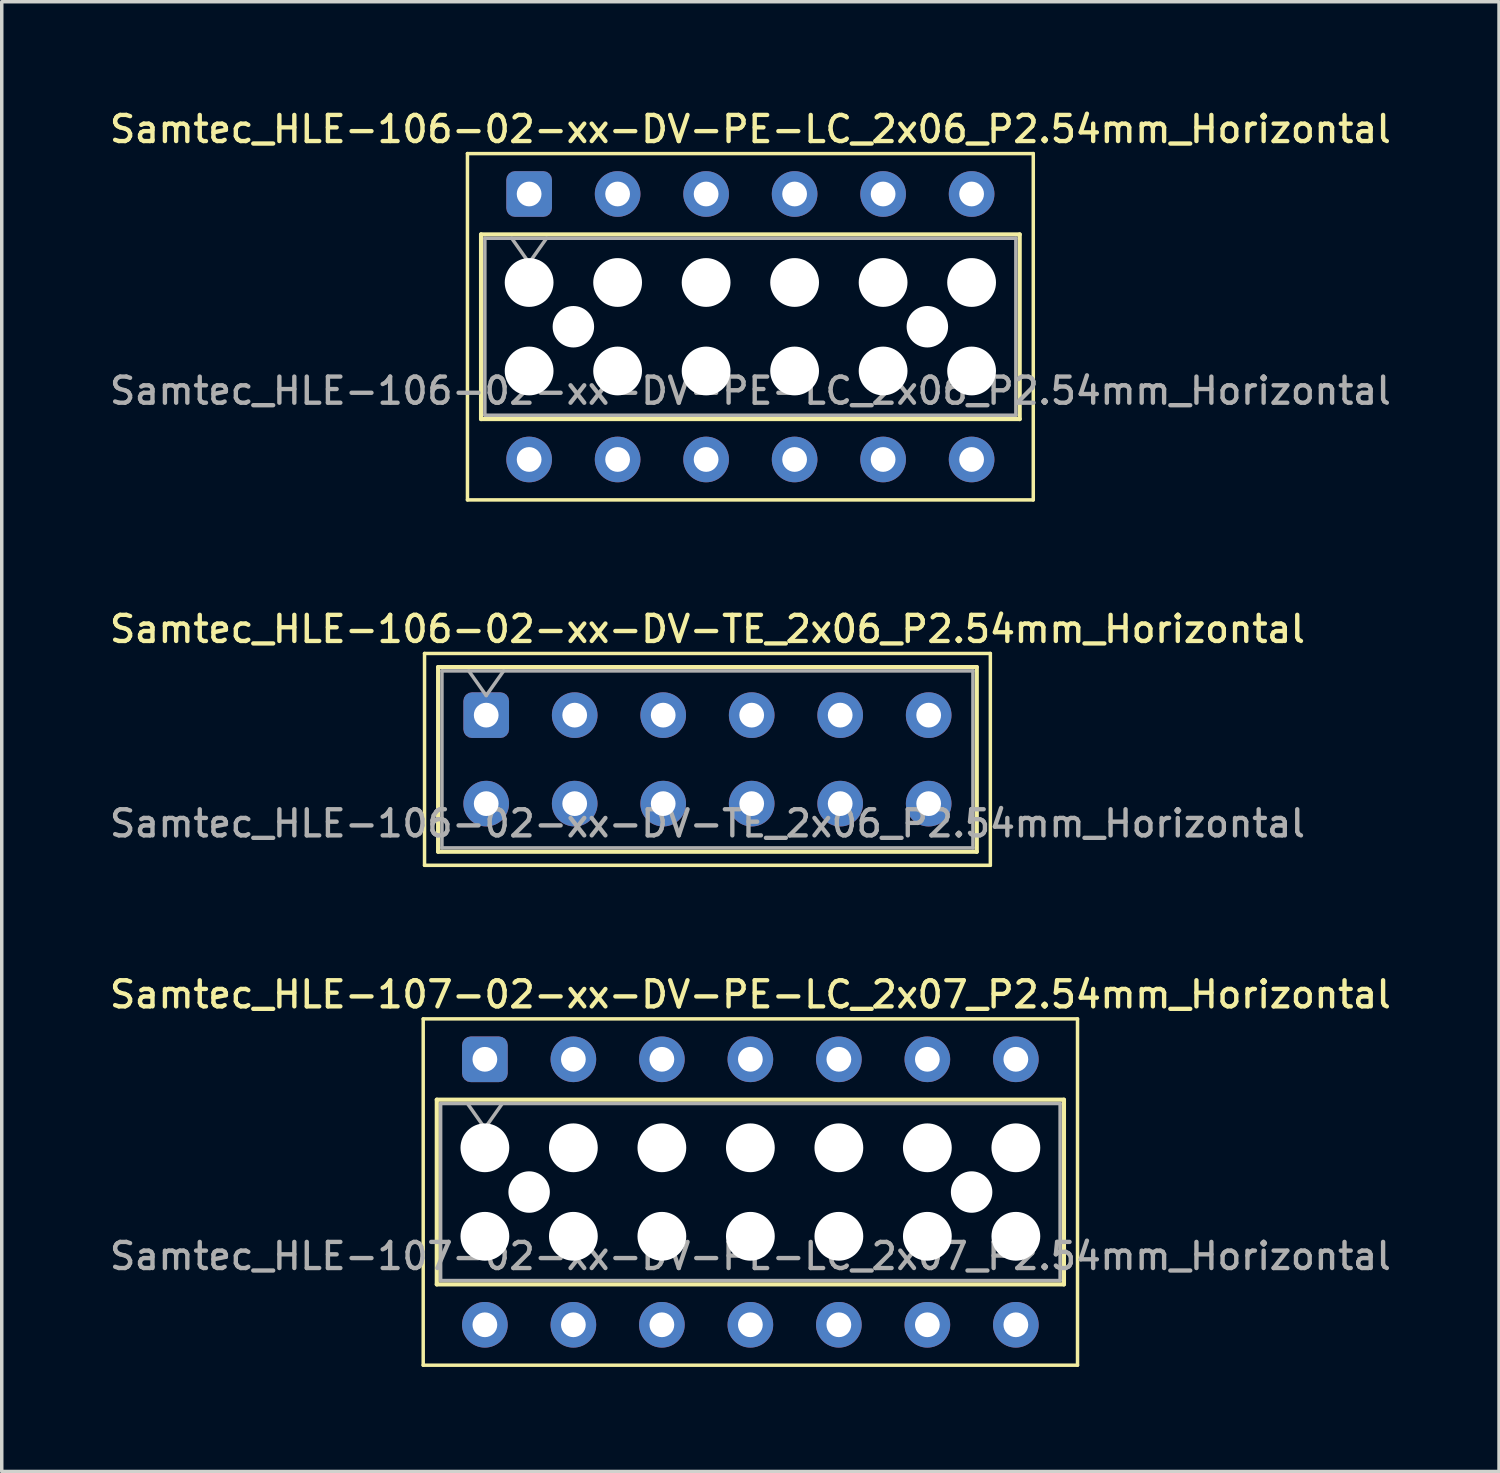
<source format=kicad_pcb>
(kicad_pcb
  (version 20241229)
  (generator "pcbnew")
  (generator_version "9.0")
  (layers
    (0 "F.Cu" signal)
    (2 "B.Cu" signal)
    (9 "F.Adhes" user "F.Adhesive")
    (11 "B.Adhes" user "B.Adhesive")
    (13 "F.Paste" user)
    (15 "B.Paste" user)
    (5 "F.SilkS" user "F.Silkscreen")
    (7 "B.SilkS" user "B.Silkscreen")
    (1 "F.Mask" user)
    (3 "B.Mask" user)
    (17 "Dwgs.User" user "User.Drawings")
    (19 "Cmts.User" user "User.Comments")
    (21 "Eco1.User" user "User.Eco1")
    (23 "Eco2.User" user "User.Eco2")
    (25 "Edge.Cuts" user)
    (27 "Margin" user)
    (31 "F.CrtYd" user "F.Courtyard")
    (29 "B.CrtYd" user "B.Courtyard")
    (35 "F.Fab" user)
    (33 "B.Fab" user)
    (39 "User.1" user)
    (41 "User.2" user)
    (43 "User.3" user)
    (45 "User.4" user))
  (footprint "Samtec_HLE-106-02-xx-DV-PE-LC_2x06_P2.54mm_Horizontal"
    (layer "F.Cu")
    (at 12.137 2.518)
    (property "Reference" "Samtec_HLE-106-02-xx-DV-PE-LC_2x06_P2.54mm_Horizontal" (at 6.35 -1.86 0) (layer "F.SilkS") (effects (font (size 0.75 0.75) (thickness 0.125))))
    (attr through_hole)
    (fp_line (start -1.77 -1.16) (end 14.47 -1.16) (stroke (width 0.1) (type solid)) (layer "F.SilkS"))
    (fp_line (start -1.77 8.78) (end -1.77 -1.16) (stroke (width 0.1) (type solid)) (layer "F.SilkS"))
    (fp_line (start -1.38 1.16) (end 14.08 1.16) (stroke (width 0.12) (type solid)) (layer "F.SilkS"))
    (fp_line (start -1.38 6.46) (end -1.38 1.16) (stroke (width 0.12) (type solid)) (layer "F.SilkS"))
    (fp_line (start 14.08 1.16) (end 14.08 6.46) (stroke (width 0.12) (type solid)) (layer "F.SilkS"))
    (fp_line (start 14.08 6.46) (end -1.38 6.46) (stroke (width 0.12) (type solid)) (layer "F.SilkS"))
    (fp_line (start 14.47 -1.16) (end 14.47 8.78) (stroke (width 0.1) (type solid)) (layer "F.SilkS"))
    (fp_line (start 14.47 8.78) (end -1.77 8.78) (stroke (width 0.1) (type solid)) (layer "F.SilkS"))
    (fp_line (start -1.27 1.27) (end 13.97 1.27) (stroke (width 0.1) (type solid)) (layer "F.Fab"))
    (fp_line (start -1.27 6.35) (end -1.27 1.27) (stroke (width 0.1) (type solid)) (layer "F.Fab"))
    (fp_line (start -0.5 1.27) (end 0 1.977) (stroke (width 0.1) (type solid)) (layer "F.Fab"))
    (fp_line (start 0 1.977) (end 0.5 1.27) (stroke (width 0.1) (type solid)) (layer "F.Fab"))
    (fp_line (start 13.97 1.27) (end 13.97 6.35) (stroke (width 0.1) (type solid)) (layer "F.Fab"))
    (fp_line (start 13.97 6.35) (end -1.27 6.35) (stroke (width 0.1) (type solid)) (layer "F.Fab"))
    (fp_text user "${REFERENCE}" (at 6.35 5.65 0) (layer "F.Fab") (effects (font (size 0.75 0.75) (thickness 0.125))))
    (pad "" np_thru_hole circle (at 0 2.54) (size 1.4 1.4) (drill 1.4) (layers "*.Cu" "*.Mask"))
    (pad "" np_thru_hole circle (at 0 5.08) (size 1.4 1.4) (drill 1.4) (layers "*.Cu" "*.Mask"))
    (pad "" np_thru_hole circle (at 1.27 3.81) (size 1.19 1.19) (drill 1.19) (layers "*.Cu" "*.Mask"))
    (pad "" np_thru_hole circle (at 2.54 2.54) (size 1.4 1.4) (drill 1.4) (layers "*.Cu" "*.Mask"))
    (pad "" np_thru_hole circle (at 2.54 5.08) (size 1.4 1.4) (drill 1.4) (layers "*.Cu" "*.Mask"))
    (pad "" np_thru_hole circle (at 5.08 2.54) (size 1.4 1.4) (drill 1.4) (layers "*.Cu" "*.Mask"))
    (pad "" np_thru_hole circle (at 5.08 5.08) (size 1.4 1.4) (drill 1.4) (layers "*.Cu" "*.Mask"))
    (pad "" np_thru_hole circle (at 7.62 2.54) (size 1.4 1.4) (drill 1.4) (layers "*.Cu" "*.Mask"))
    (pad "" np_thru_hole circle (at 7.62 5.08) (size 1.4 1.4) (drill 1.4) (layers "*.Cu" "*.Mask"))
    (pad "" np_thru_hole circle (at 10.16 2.54) (size 1.4 1.4) (drill 1.4) (layers "*.Cu" "*.Mask"))
    (pad "" np_thru_hole circle (at 10.16 5.08) (size 1.4 1.4) (drill 1.4) (layers "*.Cu" "*.Mask"))
    (pad "" np_thru_hole circle (at 11.43 3.81) (size 1.19 1.19) (drill 1.19) (layers "*.Cu" "*.Mask"))
    (pad "" np_thru_hole circle (at 12.7 2.54) (size 1.4 1.4) (drill 1.4) (layers "*.Cu" "*.Mask"))
    (pad "" np_thru_hole circle (at 12.7 5.08) (size 1.4 1.4) (drill 1.4) (layers "*.Cu" "*.Mask"))
    (pad "1" thru_hole roundrect (at 0 0) (size 1.31 1.31) (drill 0.71) (layers "*.Cu" "*.Mask") (roundrect_rratio 0.191))
    (pad "2" thru_hole circle (at 0 7.62) (size 1.31 1.31) (drill 0.71) (layers "*.Cu" "*.Mask"))
    (pad "3" thru_hole circle (at 2.54 0) (size 1.31 1.31) (drill 0.71) (layers "*.Cu" "*.Mask"))
    (pad "4" thru_hole circle (at 2.54 7.62) (size 1.31 1.31) (drill 0.71) (layers "*.Cu" "*.Mask"))
    (pad "5" thru_hole circle (at 5.08 0) (size 1.31 1.31) (drill 0.71) (layers "*.Cu" "*.Mask"))
    (pad "6" thru_hole circle (at 5.08 7.62) (size 1.31 1.31) (drill 0.71) (layers "*.Cu" "*.Mask"))
    (pad "7" thru_hole circle (at 7.62 0) (size 1.31 1.31) (drill 0.71) (layers "*.Cu" "*.Mask"))
    (pad "8" thru_hole circle (at 7.62 7.62) (size 1.31 1.31) (drill 0.71) (layers "*.Cu" "*.Mask"))
    (pad "9" thru_hole circle (at 10.16 0) (size 1.31 1.31) (drill 0.71) (layers "*.Cu" "*.Mask"))
    (pad "10" thru_hole circle (at 10.16 7.62) (size 1.31 1.31) (drill 0.71) (layers "*.Cu" "*.Mask"))
    (pad "11" thru_hole circle (at 12.7 0) (size 1.31 1.31) (drill 0.71) (layers "*.Cu" "*.Mask"))
    (pad "12" thru_hole circle (at 12.7 7.62) (size 1.31 1.31) (drill 0.71) (layers "*.Cu" "*.Mask")))
  (footprint "Samtec_HLE-107-02-xx-DV-PE-LC_2x07_P2.54mm_Horizontal"
    (layer "F.Cu")
    (at 10.867 27.354)
    (property "Reference" "Samtec_HLE-107-02-xx-DV-PE-LC_2x07_P2.54mm_Horizontal" (at 7.62 -1.86 0) (layer "F.SilkS") (effects (font (size 0.75 0.75) (thickness 0.125))))
    (attr through_hole)
    (fp_line (start -1.77 -1.16) (end 17.01 -1.16) (stroke (width 0.1) (type solid)) (layer "F.SilkS"))
    (fp_line (start -1.77 8.78) (end -1.77 -1.16) (stroke (width 0.1) (type solid)) (layer "F.SilkS"))
    (fp_line (start -1.38 1.16) (end 16.62 1.16) (stroke (width 0.12) (type solid)) (layer "F.SilkS"))
    (fp_line (start -1.38 6.46) (end -1.38 1.16) (stroke (width 0.12) (type solid)) (layer "F.SilkS"))
    (fp_line (start 16.62 1.16) (end 16.62 6.46) (stroke (width 0.12) (type solid)) (layer "F.SilkS"))
    (fp_line (start 16.62 6.46) (end -1.38 6.46) (stroke (width 0.12) (type solid)) (layer "F.SilkS"))
    (fp_line (start 17.01 -1.16) (end 17.01 8.78) (stroke (width 0.1) (type solid)) (layer "F.SilkS"))
    (fp_line (start 17.01 8.78) (end -1.77 8.78) (stroke (width 0.1) (type solid)) (layer "F.SilkS"))
    (fp_line (start -1.27 1.27) (end 16.51 1.27) (stroke (width 0.1) (type solid)) (layer "F.Fab"))
    (fp_line (start -1.27 6.35) (end -1.27 1.27) (stroke (width 0.1) (type solid)) (layer "F.Fab"))
    (fp_line (start -0.5 1.27) (end 0 1.977) (stroke (width 0.1) (type solid)) (layer "F.Fab"))
    (fp_line (start 0 1.977) (end 0.5 1.27) (stroke (width 0.1) (type solid)) (layer "F.Fab"))
    (fp_line (start 16.51 1.27) (end 16.51 6.35) (stroke (width 0.1) (type solid)) (layer "F.Fab"))
    (fp_line (start 16.51 6.35) (end -1.27 6.35) (stroke (width 0.1) (type solid)) (layer "F.Fab"))
    (fp_text user "${REFERENCE}" (at 7.62 5.65 0) (layer "F.Fab") (effects (font (size 0.75 0.75) (thickness 0.125))))
    (pad "" np_thru_hole circle (at 0 2.54) (size 1.4 1.4) (drill 1.4) (layers "*.Cu" "*.Mask"))
    (pad "" np_thru_hole circle (at 0 5.08) (size 1.4 1.4) (drill 1.4) (layers "*.Cu" "*.Mask"))
    (pad "" np_thru_hole circle (at 1.27 3.81) (size 1.19 1.19) (drill 1.19) (layers "*.Cu" "*.Mask"))
    (pad "" np_thru_hole circle (at 2.54 2.54) (size 1.4 1.4) (drill 1.4) (layers "*.Cu" "*.Mask"))
    (pad "" np_thru_hole circle (at 2.54 5.08) (size 1.4 1.4) (drill 1.4) (layers "*.Cu" "*.Mask"))
    (pad "" np_thru_hole circle (at 5.08 2.54) (size 1.4 1.4) (drill 1.4) (layers "*.Cu" "*.Mask"))
    (pad "" np_thru_hole circle (at 5.08 5.08) (size 1.4 1.4) (drill 1.4) (layers "*.Cu" "*.Mask"))
    (pad "" np_thru_hole circle (at 7.62 2.54) (size 1.4 1.4) (drill 1.4) (layers "*.Cu" "*.Mask"))
    (pad "" np_thru_hole circle (at 7.62 5.08) (size 1.4 1.4) (drill 1.4) (layers "*.Cu" "*.Mask"))
    (pad "" np_thru_hole circle (at 10.16 2.54) (size 1.4 1.4) (drill 1.4) (layers "*.Cu" "*.Mask"))
    (pad "" np_thru_hole circle (at 10.16 5.08) (size 1.4 1.4) (drill 1.4) (layers "*.Cu" "*.Mask"))
    (pad "" np_thru_hole circle (at 12.7 2.54) (size 1.4 1.4) (drill 1.4) (layers "*.Cu" "*.Mask"))
    (pad "" np_thru_hole circle (at 12.7 5.08) (size 1.4 1.4) (drill 1.4) (layers "*.Cu" "*.Mask"))
    (pad "" np_thru_hole circle (at 13.97 3.81) (size 1.19 1.19) (drill 1.19) (layers "*.Cu" "*.Mask"))
    (pad "" np_thru_hole circle (at 15.24 2.54) (size 1.4 1.4) (drill 1.4) (layers "*.Cu" "*.Mask"))
    (pad "" np_thru_hole circle (at 15.24 5.08) (size 1.4 1.4) (drill 1.4) (layers "*.Cu" "*.Mask"))
    (pad "1" thru_hole roundrect (at 0 0) (size 1.31 1.31) (drill 0.71) (layers "*.Cu" "*.Mask") (roundrect_rratio 0.191))
    (pad "2" thru_hole circle (at 0 7.62) (size 1.31 1.31) (drill 0.71) (layers "*.Cu" "*.Mask"))
    (pad "3" thru_hole circle (at 2.54 0) (size 1.31 1.31) (drill 0.71) (layers "*.Cu" "*.Mask"))
    (pad "4" thru_hole circle (at 2.54 7.62) (size 1.31 1.31) (drill 0.71) (layers "*.Cu" "*.Mask"))
    (pad "5" thru_hole circle (at 5.08 0) (size 1.31 1.31) (drill 0.71) (layers "*.Cu" "*.Mask"))
    (pad "6" thru_hole circle (at 5.08 7.62) (size 1.31 1.31) (drill 0.71) (layers "*.Cu" "*.Mask"))
    (pad "7" thru_hole circle (at 7.62 0) (size 1.31 1.31) (drill 0.71) (layers "*.Cu" "*.Mask"))
    (pad "8" thru_hole circle (at 7.62 7.62) (size 1.31 1.31) (drill 0.71) (layers "*.Cu" "*.Mask"))
    (pad "9" thru_hole circle (at 10.16 0) (size 1.31 1.31) (drill 0.71) (layers "*.Cu" "*.Mask"))
    (pad "10" thru_hole circle (at 10.16 7.62) (size 1.31 1.31) (drill 0.71) (layers "*.Cu" "*.Mask"))
    (pad "11" thru_hole circle (at 12.7 0) (size 1.31 1.31) (drill 0.71) (layers "*.Cu" "*.Mask"))
    (pad "12" thru_hole circle (at 12.7 7.62) (size 1.31 1.31) (drill 0.71) (layers "*.Cu" "*.Mask"))
    (pad "13" thru_hole circle (at 15.24 0) (size 1.31 1.31) (drill 0.71) (layers "*.Cu" "*.Mask"))
    (pad "14" thru_hole circle (at 15.24 7.62) (size 1.31 1.31) (drill 0.71) (layers "*.Cu" "*.Mask")))
  (footprint "Samtec_HLE-106-02-xx-DV-TE_2x06_P2.54mm_Horizontal"
    (layer "F.Cu")
    (at 10.905 17.476)
    (property "Reference" "Samtec_HLE-106-02-xx-DV-TE_2x06_P2.54mm_Horizontal" (at 6.35 -2.47 0) (layer "F.SilkS") (effects (font (size 0.75 0.75) (thickness 0.125))))
    (attr through_hole)
    (fp_line (start -1.77 -1.77) (end 14.47 -1.77) (stroke (width 0.1) (type solid)) (layer "F.SilkS"))
    (fp_line (start -1.77 4.31) (end -1.77 -1.77) (stroke (width 0.1) (type solid)) (layer "F.SilkS"))
    (fp_line (start -1.38 -1.38) (end 14.08 -1.38) (stroke (width 0.12) (type solid)) (layer "F.SilkS"))
    (fp_line (start -1.38 3.92) (end -1.38 -1.38) (stroke (width 0.12) (type solid)) (layer "F.SilkS"))
    (fp_line (start 14.08 -1.38) (end 14.08 3.92) (stroke (width 0.12) (type solid)) (layer "F.SilkS"))
    (fp_line (start 14.08 3.92) (end -1.38 3.92) (stroke (width 0.12) (type solid)) (layer "F.SilkS"))
    (fp_line (start 14.47 -1.77) (end 14.47 4.31) (stroke (width 0.1) (type solid)) (layer "F.SilkS"))
    (fp_line (start 14.47 4.31) (end -1.77 4.31) (stroke (width 0.1) (type solid)) (layer "F.SilkS"))
    (fp_line (start -1.27 -1.27) (end 13.97 -1.27) (stroke (width 0.1) (type solid)) (layer "F.Fab"))
    (fp_line (start -1.27 3.81) (end -1.27 -1.27) (stroke (width 0.1) (type solid)) (layer "F.Fab"))
    (fp_line (start -0.5 -1.27) (end 0 -0.563) (stroke (width 0.1) (type solid)) (layer "F.Fab"))
    (fp_line (start 0 -0.563) (end 0.5 -1.27) (stroke (width 0.1) (type solid)) (layer "F.Fab"))
    (fp_line (start 13.97 -1.27) (end 13.97 3.81) (stroke (width 0.1) (type solid)) (layer "F.Fab"))
    (fp_line (start 13.97 3.81) (end -1.27 3.81) (stroke (width 0.1) (type solid)) (layer "F.Fab"))
    (fp_text user "${REFERENCE}" (at 6.35 3.11 0) (layer "F.Fab") (effects (font (size 0.75 0.75) (thickness 0.125))))
    (pad "1" thru_hole roundrect (at 0 0) (size 1.31 1.31) (drill 0.71) (layers "*.Cu" "*.Mask") (roundrect_rratio 0.191))
    (pad "2" thru_hole circle (at 0 2.54) (size 1.31 1.31) (drill 0.71) (layers "*.Cu" "*.Mask"))
    (pad "3" thru_hole circle (at 2.54 0) (size 1.31 1.31) (drill 0.71) (layers "*.Cu" "*.Mask"))
    (pad "4" thru_hole circle (at 2.54 2.54) (size 1.31 1.31) (drill 0.71) (layers "*.Cu" "*.Mask"))
    (pad "5" thru_hole circle (at 5.08 0) (size 1.31 1.31) (drill 0.71) (layers "*.Cu" "*.Mask"))
    (pad "6" thru_hole circle (at 5.08 2.54) (size 1.31 1.31) (drill 0.71) (layers "*.Cu" "*.Mask"))
    (pad "7" thru_hole circle (at 7.62 0) (size 1.31 1.31) (drill 0.71) (layers "*.Cu" "*.Mask"))
    (pad "8" thru_hole circle (at 7.62 2.54) (size 1.31 1.31) (drill 0.71) (layers "*.Cu" "*.Mask"))
    (pad "9" thru_hole circle (at 10.16 0) (size 1.31 1.31) (drill 0.71) (layers "*.Cu" "*.Mask"))
    (pad "10" thru_hole circle (at 10.16 2.54) (size 1.31 1.31) (drill 0.71) (layers "*.Cu" "*.Mask"))
    (pad "11" thru_hole circle (at 12.7 0) (size 1.31 1.31) (drill 0.71) (layers "*.Cu" "*.Mask"))
    (pad "12" thru_hole circle (at 12.7 2.54) (size 1.31 1.31) (drill 0.71) (layers "*.Cu" "*.Mask")))
  (gr_rect
    (start -3 -3)
    (end 39.975 39.184)
    (stroke (width 0.1) (type default))
    (fill no)
    (layer "Edge.Cuts")))
</source>
